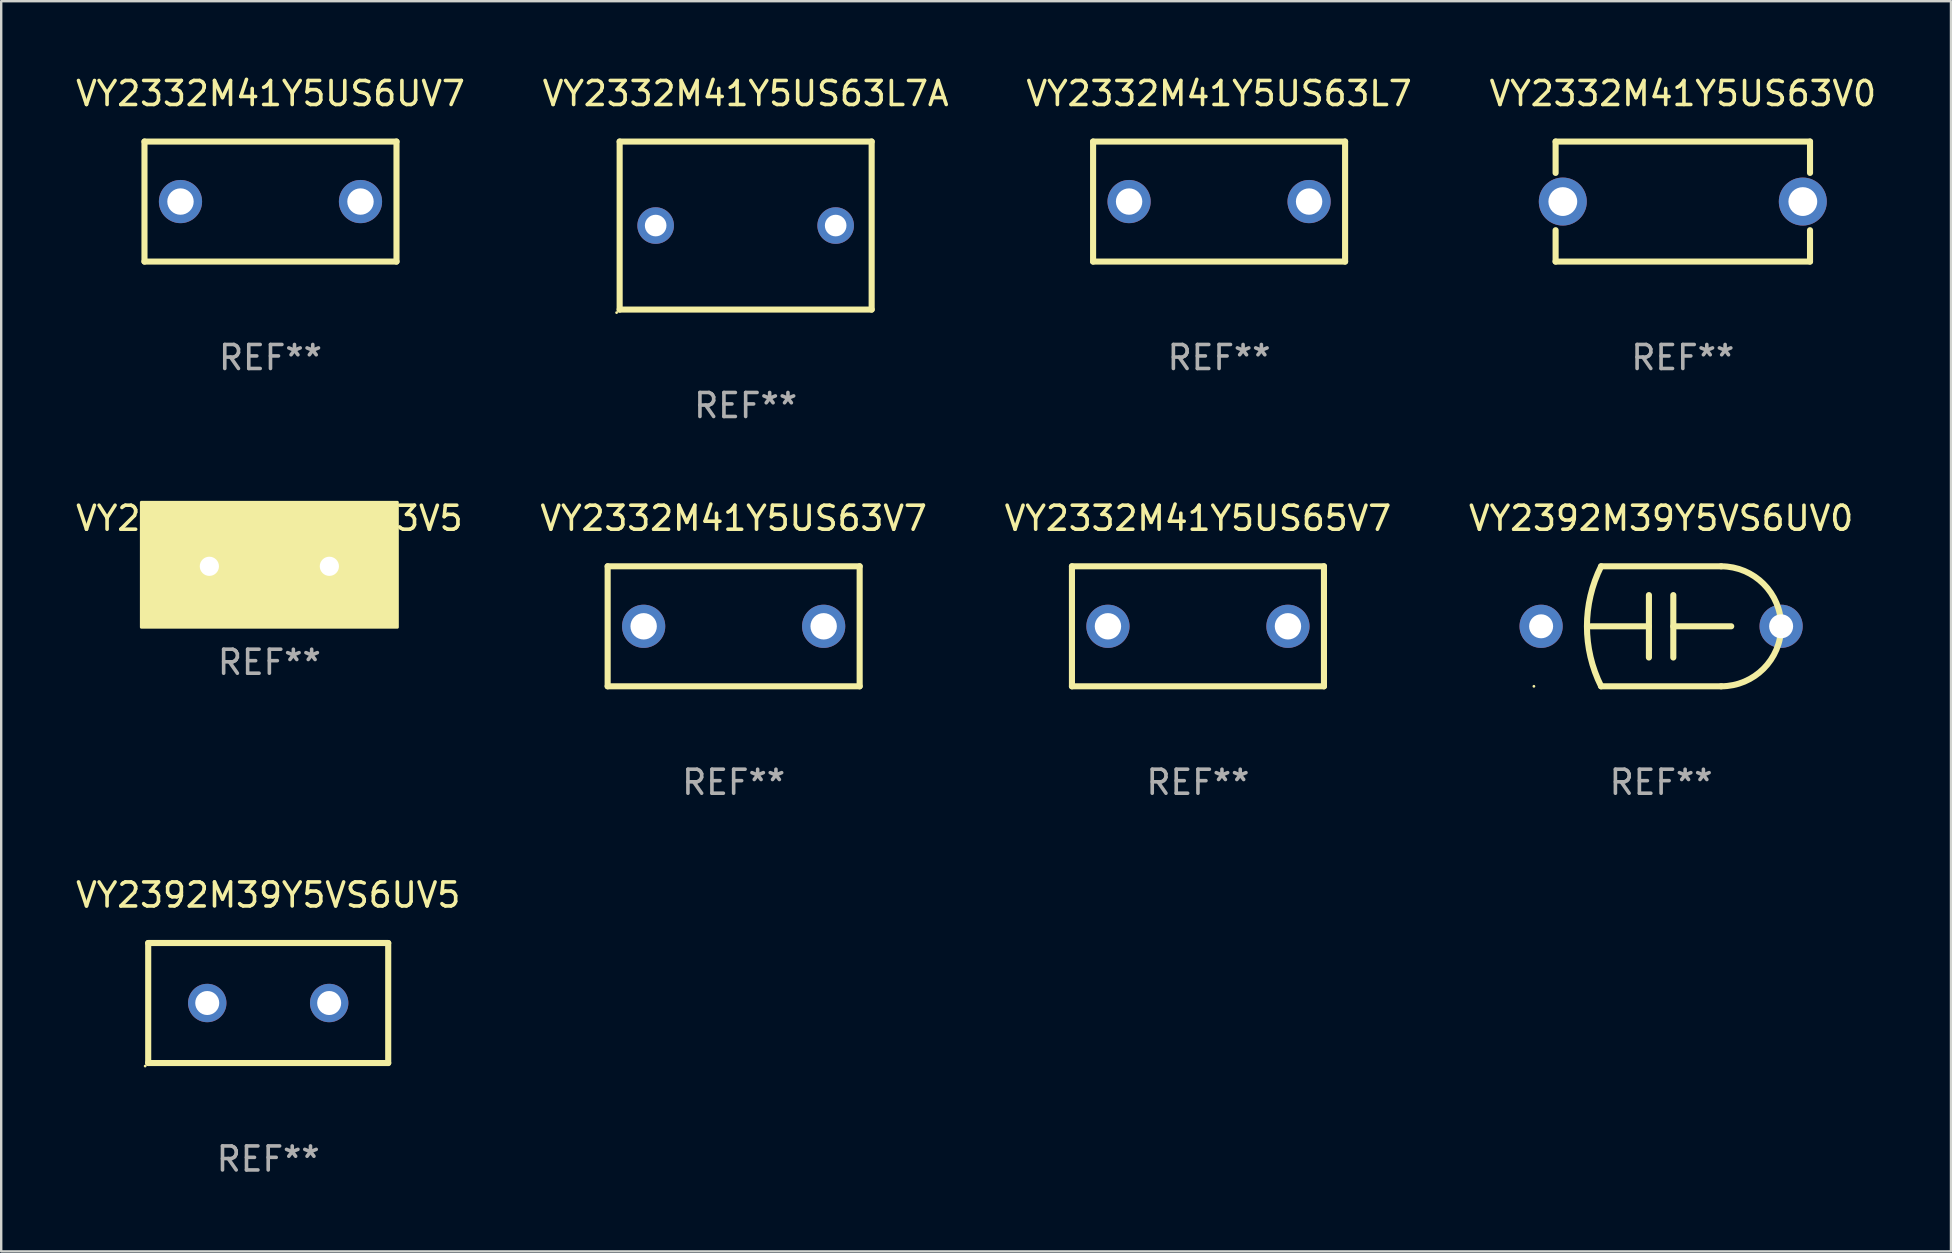
<source format=kicad_pcb>
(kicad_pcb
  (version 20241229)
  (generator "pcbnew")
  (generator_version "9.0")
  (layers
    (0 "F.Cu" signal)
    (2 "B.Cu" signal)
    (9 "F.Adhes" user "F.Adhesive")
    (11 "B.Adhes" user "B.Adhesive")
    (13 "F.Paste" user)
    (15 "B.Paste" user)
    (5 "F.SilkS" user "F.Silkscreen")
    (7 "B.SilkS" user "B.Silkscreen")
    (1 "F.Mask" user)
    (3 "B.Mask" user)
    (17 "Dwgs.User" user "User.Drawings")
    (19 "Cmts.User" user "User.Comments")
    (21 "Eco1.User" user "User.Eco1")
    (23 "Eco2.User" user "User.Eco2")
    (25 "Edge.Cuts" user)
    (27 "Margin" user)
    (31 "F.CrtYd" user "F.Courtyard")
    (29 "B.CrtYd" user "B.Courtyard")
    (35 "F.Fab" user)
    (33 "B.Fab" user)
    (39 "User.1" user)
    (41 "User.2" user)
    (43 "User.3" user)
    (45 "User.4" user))
  (footprint "VY2332M41Y5US6UV7"
    (layer "F.Cu")
    (at 8.22 5.348)
    (property "Reference" "VY2332M41Y5US6UV7" (at 0 -4.5 0) (layer "F.SilkS") (effects (font (size 1 1) (thickness 0.15))))
    (attr through_hole)
    (fp_line (start -5.25 -2.5) (end 5.25 -2.5) (stroke (width 0.254) (type solid)) (layer "F.SilkS"))
    (fp_line (start -5.25 2.5) (end -5.25 -2.5) (stroke (width 0.254) (type solid)) (layer "F.SilkS"))
    (fp_line (start 5.25 -2.5) (end 5.25 2.5) (stroke (width 0.254) (type solid)) (layer "F.SilkS"))
    (fp_line (start 5.25 2.5) (end -5.25 2.5) (stroke (width 0.254) (type solid)) (layer "F.SilkS"))
    (fp_circle (center -5.25 2.5) (end -5.22 2.5) (stroke (width 0.06) (type solid)) (fill no) (layer "F.SilkS"))
    (fp_text user "REF**" (at 0 6.5 0) (layer "F.Fab") (effects (font (size 1 1) (thickness 0.15))))
    (pad "1" thru_hole circle (at -3.75 0) (size 1.8 1.8) (drill 1.1) (layers "*.Cu" "*.Mask"))
    (pad "2" thru_hole circle (at 3.75 0) (size 1.8 1.8) (drill 1.1) (layers "*.Cu" "*.Mask")))
  (footprint "VY2392M39Y5VS6UV0"
    (layer "F.Cu")
    (at 66.161 23.045)
    (property "Reference" "VY2392M39Y5VS6UV0" (at 0 -4.5 0) (layer "F.SilkS") (effects (font (size 1 1) (thickness 0.15))))
    (attr through_hole)
    (fp_line (start -2.5 -2.5) (end 2.5 -2.5) (stroke (width 0.254) (type solid)) (layer "F.SilkS"))
    (fp_line (start -0.508 -1.3) (end -0.508 1.3) (stroke (width 0.254) (type solid)) (layer "F.SilkS"))
    (fp_line (start -0.508 0.000305) (end -2.921 0.000305) (stroke (width 0.254) (type solid)) (layer "F.SilkS"))
    (fp_line (start 0.508 -0.000305) (end 2.921 -0.000305) (stroke (width 0.254) (type solid)) (layer "F.SilkS"))
    (fp_line (start 0.508 1.3) (end 0.508 -1.3) (stroke (width 0.254) (type solid)) (layer "F.SilkS"))
    (fp_line (start 2.5 2.5) (end -2.5 2.5) (stroke (width 0.254) (type solid)) (layer "F.SilkS"))
    (fp_arc (start -2.499365 2.499365) (mid -3.089676 -0.000243) (end -2.5 -2.5) (stroke (width 0.254001) (type solid)) (layer "F.SilkS"))
    (fp_arc (start 2.499366 -2.499364) (mid 4.99906 0.000001) (end 2.5 2.5) (stroke (width 0.254001) (type solid)) (layer "F.SilkS"))
    (fp_circle (center -5.3 2.5) (end -5.27 2.5) (stroke (width 0.06) (type solid)) (fill no) (layer "F.SilkS"))
    (fp_text user "REF**" (at 0 6.5 0) (layer "F.Fab") (effects (font (size 1 1) (thickness 0.15))))
    (pad "1" thru_hole circle (at -5 0) (size 1.8 1.8) (drill 1) (layers "*.Cu" "*.Mask"))
    (pad "2" thru_hole circle (at 5 0) (size 1.8 1.8) (drill 1) (layers "*.Cu" "*.Mask")))
  (footprint "VY2332M41Y5US63V7"
    (layer "F.Cu")
    (at 27.518 23.045)
    (property "Reference" "VY2332M41Y5US63V7" (at 0 -4.5 0) (layer "F.SilkS") (effects (font (size 1 1) (thickness 0.15))))
    (attr through_hole)
    (fp_line (start -5.25 -2.5) (end 5.25 -2.5) (stroke (width 0.254) (type solid)) (layer "F.SilkS"))
    (fp_line (start -5.25 2.5) (end -5.25 -2.5) (stroke (width 0.254) (type solid)) (layer "F.SilkS"))
    (fp_line (start 5.25 -2.5) (end 5.25 2.5) (stroke (width 0.254) (type solid)) (layer "F.SilkS"))
    (fp_line (start 5.25 2.5) (end -5.25 2.5) (stroke (width 0.254) (type solid)) (layer "F.SilkS"))
    (fp_circle (center -5.25 2.5) (end -5.22 2.5) (stroke (width 0.06) (type solid)) (fill no) (layer "F.SilkS"))
    (fp_text user "REF**" (at 0 6.5 0) (layer "F.Fab") (effects (font (size 1 1) (thickness 0.15))))
    (pad "1" thru_hole circle (at -3.75 0) (size 1.8 1.8) (drill 1.1) (layers "*.Cu" "*.Mask"))
    (pad "2" thru_hole circle (at 3.75 0) (size 1.8 1.8) (drill 1.1) (layers "*.Cu" "*.Mask")))
  (footprint "VY2332M41Y5US63L7A"
    (layer "F.Cu")
    (at 28.018 6.348)
    (property "Reference" "VY2332M41Y5US63L7A" (at 0 -5.5 0) (layer "F.SilkS") (effects (font (size 1 1) (thickness 0.15))))
    (attr through_hole)
    (fp_line (start -5.25 -3.5) (end 5.25 -3.5) (stroke (width 0.254) (type solid)) (layer "F.SilkS"))
    (fp_line (start -5.25 3.5) (end -5.25 -3.5) (stroke (width 0.254) (type solid)) (layer "F.SilkS"))
    (fp_line (start 5.25 -3.5) (end 5.25 3.5) (stroke (width 0.254) (type solid)) (layer "F.SilkS"))
    (fp_line (start 5.25 3.5) (end -5.25 3.5) (stroke (width 0.254) (type solid)) (layer "F.SilkS"))
    (fp_circle (center -5.377 3.627) (end -5.347 3.627) (stroke (width 0.06) (type solid)) (fill no) (layer "F.SilkS"))
    (fp_text user "REF**" (at 0 7.5 0) (layer "F.Fab") (effects (font (size 1 1) (thickness 0.15))))
    (pad "1" thru_hole circle (at -3.75 0) (size 1.524 1.524) (drill 0.9) (layers "*.Cu" "*.Mask"))
    (pad "2" thru_hole circle (at 3.75 0) (size 1.524 1.524) (drill 0.9) (layers "*.Cu" "*.Mask")))
  (footprint "VY2332M41Y5US63L7"
    (layer "F.Cu")
    (at 47.744 5.348)
    (property "Reference" "VY2332M41Y5US63L7" (at 0 -4.5 0) (layer "F.SilkS") (effects (font (size 1 1) (thickness 0.15))))
    (attr through_hole)
    (fp_line (start -5.25 -2.5) (end 5.25 -2.5) (stroke (width 0.254) (type solid)) (layer "F.SilkS"))
    (fp_line (start -5.25 2.5) (end -5.25 -2.5) (stroke (width 0.254) (type solid)) (layer "F.SilkS"))
    (fp_line (start 5.25 -2.5) (end 5.25 2.5) (stroke (width 0.254) (type solid)) (layer "F.SilkS"))
    (fp_line (start 5.25 2.5) (end -5.25 2.5) (stroke (width 0.254) (type solid)) (layer "F.SilkS"))
    (fp_circle (center -5.25 2.5) (end -5.22 2.5) (stroke (width 0.06) (type solid)) (fill no) (layer "F.SilkS"))
    (fp_text user "REF**" (at 0 6.5 0) (layer "F.Fab") (effects (font (size 1 1) (thickness 0.15))))
    (pad "1" thru_hole circle (at -3.75 0) (size 1.8 1.8) (drill 1.1) (layers "*.Cu" "*.Mask"))
    (pad "2" thru_hole circle (at 3.75 0) (size 1.8 1.8) (drill 1.1) (layers "*.Cu" "*.Mask")))
  (footprint "VY2332M41Y5US63V5"
    (layer "F.Cu")
    (at 8.173 20.545)
    (property "Reference" "VY2332M41Y5US63V5" (at 0 -2 0) (layer "F.SilkS") (effects (font (size 1 1) (thickness 0.15))))
    (attr through_hole)
    (fp_circle (center -5.25 2.5) (end -5.22 2.5) (stroke (width 0.06) (type solid)) (fill no) (layer "F.SilkS"))
    (fp_poly (pts (xy -5.334 -2.667) (xy 5.334 -2.667) (xy 5.334 2.54) (xy -5.334 2.54)) (stroke (width 0.12) (type solid)) (fill yes) (layer "F.SilkS"))
    (fp_text user "REF**" (at 0 4 0) (layer "F.Fab") (effects (font (size 1 1) (thickness 0.15))))
    (pad "1" thru_hole circle (at -2.5 0) (size 1.6 1.6) (drill 0.8) (layers "*.Cu" "*.Mask"))
    (pad "2" thru_hole circle (at 2.5 0) (size 1.6 1.6) (drill 0.8) (layers "*.Cu" "*.Mask")))
  (footprint "VY2332M41Y5US63V0"
    (layer "F.Cu")
    (at 67.065 5.348)
    (property "Reference" "VY2332M41Y5US63V0" (at 0 -4.5 0) (layer "F.SilkS") (effects (font (size 1 1) (thickness 0.15))))
    (attr through_hole)
    (fp_line (start -5.3 -2.5) (end -5.3 -1.194) (stroke (width 0.254) (type solid)) (layer "F.SilkS"))
    (fp_line (start -5.3 -2.5) (end 5.3 -2.5) (stroke (width 0.254) (type solid)) (layer "F.SilkS"))
    (fp_line (start -5.3 1.194) (end -5.3 2.5) (stroke (width 0.254) (type solid)) (layer "F.SilkS"))
    (fp_line (start -5.3 2.5) (end 5.3 2.5) (stroke (width 0.254) (type solid)) (layer "F.SilkS"))
    (fp_line (start 5.3 -2.5) (end 5.3 -1.194) (stroke (width 0.254) (type solid)) (layer "F.SilkS"))
    (fp_line (start 5.3 1.194) (end 5.3 2.5) (stroke (width 0.254) (type solid)) (layer "F.SilkS"))
    (fp_circle (center -5.3 2.5) (end -5.27 2.5) (stroke (width 0.06) (type solid)) (fill no) (layer "F.SilkS"))
    (fp_text user "REF**" (at 0 6.5 0) (layer "F.Fab") (effects (font (size 1 1) (thickness 0.15))))
    (pad "1" thru_hole circle (at -5 0) (size 2 2) (drill 1.2) (layers "*.Cu" "*.Mask"))
    (pad "2" thru_hole circle (at 5 0) (size 2 2) (drill 1.2) (layers "*.Cu" "*.Mask")))
  (footprint "VY2392M39Y5VS6UV5"
    (layer "F.Cu")
    (at 8.125 38.741)
    (property "Reference" "VY2392M39Y5VS6UV5" (at 0 -4.5 0) (layer "F.SilkS") (effects (font (size 1 1) (thickness 0.15))))
    (attr through_hole)
    (fp_line (start -5 -2.5) (end -5 2.5) (stroke (width 0.254) (type solid)) (layer "F.SilkS"))
    (fp_line (start -5 -2.5) (end 5 -2.5) (stroke (width 0.254) (type solid)) (layer "F.SilkS"))
    (fp_line (start -5 2.5) (end 5 2.5) (stroke (width 0.254) (type solid)) (layer "F.SilkS"))
    (fp_line (start 5 -2.5) (end 5 2.5) (stroke (width 0.254) (type solid)) (layer "F.SilkS"))
    (fp_circle (center -5.127 2.627) (end -5.097 2.627) (stroke (width 0.06) (type solid)) (fill no) (layer "F.SilkS"))
    (fp_text user "REF**" (at 0 6.5 0) (layer "F.Fab") (effects (font (size 1 1) (thickness 0.15))))
    (pad "1" thru_hole circle (at -2.54 0) (size 1.6 1.6) (drill 1) (layers "*.Cu" "*.Mask"))
    (pad "2" thru_hole circle (at 2.54 0) (size 1.6 1.6) (drill 1) (layers "*.Cu" "*.Mask")))
  (footprint "VY2332M41Y5US65V7"
    (layer "F.Cu")
    (at 46.863 23.045)
    (property "Reference" "VY2332M41Y5US65V7" (at 0 -4.5 0) (layer "F.SilkS") (effects (font (size 1 1) (thickness 0.15))))
    (attr through_hole)
    (fp_line (start -5.25 -2.5) (end 5.25 -2.5) (stroke (width 0.254) (type solid)) (layer "F.SilkS"))
    (fp_line (start -5.25 2.5) (end -5.25 -2.5) (stroke (width 0.254) (type solid)) (layer "F.SilkS"))
    (fp_line (start 5.25 -2.5) (end 5.25 2.5) (stroke (width 0.254) (type solid)) (layer "F.SilkS"))
    (fp_line (start 5.25 2.5) (end -5.25 2.5) (stroke (width 0.254) (type solid)) (layer "F.SilkS"))
    (fp_circle (center -5.25 2.5) (end -5.22 2.5) (stroke (width 0.06) (type solid)) (fill no) (layer "F.SilkS"))
    (fp_text user "REF**" (at 0 6.5 0) (layer "F.Fab") (effects (font (size 1 1) (thickness 0.15))))
    (pad "1" thru_hole circle (at -3.75 0) (size 1.8 1.8) (drill 1.1) (layers "*.Cu" "*.Mask"))
    (pad "2" thru_hole circle (at 3.75 0) (size 1.8 1.8) (drill 1.1) (layers "*.Cu" "*.Mask")))
  (gr_rect
    (start -3 -3)
    (end 78.238 49.09)
    (stroke (width 0.1) (type default))
    (fill no)
    (layer "Edge.Cuts")))
</source>
